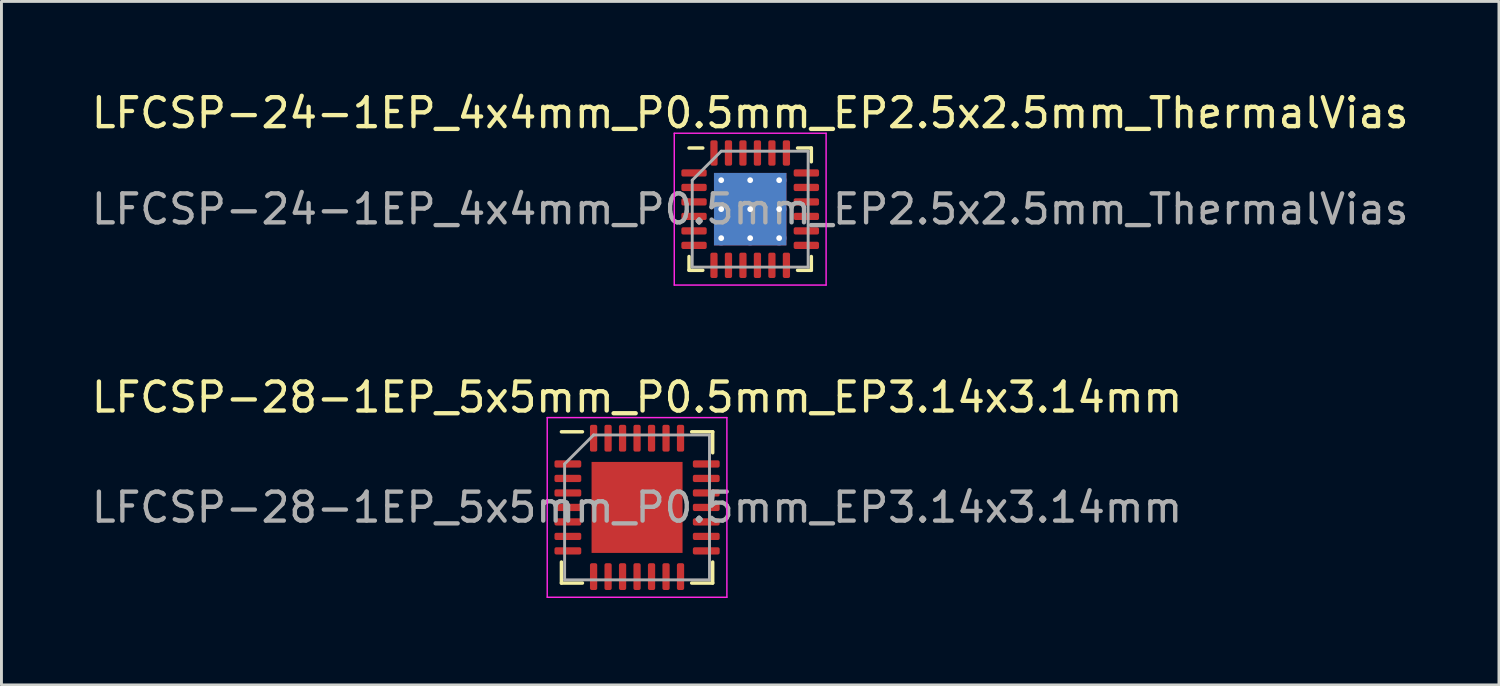
<source format=kicad_pcb>
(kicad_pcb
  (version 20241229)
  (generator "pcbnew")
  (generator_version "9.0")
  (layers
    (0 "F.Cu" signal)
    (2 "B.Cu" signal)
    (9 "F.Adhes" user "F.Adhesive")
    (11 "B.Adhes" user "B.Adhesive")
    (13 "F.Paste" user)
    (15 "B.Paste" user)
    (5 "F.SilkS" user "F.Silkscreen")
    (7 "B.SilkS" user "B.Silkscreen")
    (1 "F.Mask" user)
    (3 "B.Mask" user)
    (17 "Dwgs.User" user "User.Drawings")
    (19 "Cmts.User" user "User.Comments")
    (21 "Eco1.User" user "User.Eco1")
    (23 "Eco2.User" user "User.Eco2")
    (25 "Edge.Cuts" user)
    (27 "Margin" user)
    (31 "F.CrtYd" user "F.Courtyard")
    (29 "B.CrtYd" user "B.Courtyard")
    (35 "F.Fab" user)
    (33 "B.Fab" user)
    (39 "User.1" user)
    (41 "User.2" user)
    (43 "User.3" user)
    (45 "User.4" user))
  (footprint "LFCSP-24-1EP_4x4mm_P0.5mm_EP2.5x2.5mm_ThermalVias"
    (layer "F.Cu")
    (at 22.839 4.168)
    (property "Reference" "LFCSP-24-1EP_4x4mm_P0.5mm_EP2.5x2.5mm_ThermalVias" (at 0 -3.32 0) (layer "F.SilkS") (effects (font (size 1 1) (thickness 0.15))))
    (attr smd)
    (fp_line (start -2.11 2.11) (end -2.11 1.635) (stroke (width 0.12) (type solid)) (layer "F.SilkS"))
    (fp_line (start -1.635 -2.11) (end -2.11 -2.11) (stroke (width 0.12) (type solid)) (layer "F.SilkS"))
    (fp_line (start -1.635 2.11) (end -2.11 2.11) (stroke (width 0.12) (type solid)) (layer "F.SilkS"))
    (fp_line (start 1.635 -2.11) (end 2.11 -2.11) (stroke (width 0.12) (type solid)) (layer "F.SilkS"))
    (fp_line (start 1.635 2.11) (end 2.11 2.11) (stroke (width 0.12) (type solid)) (layer "F.SilkS"))
    (fp_line (start 2.11 -2.11) (end 2.11 -1.635) (stroke (width 0.12) (type solid)) (layer "F.SilkS"))
    (fp_line (start 2.11 2.11) (end 2.11 1.635) (stroke (width 0.12) (type solid)) (layer "F.SilkS"))
    (fp_line (start -2.62 -2.62) (end -2.62 2.62) (stroke (width 0.05) (type solid)) (layer "F.CrtYd"))
    (fp_line (start -2.62 2.62) (end 2.62 2.62) (stroke (width 0.05) (type solid)) (layer "F.CrtYd"))
    (fp_line (start 2.62 -2.62) (end -2.62 -2.62) (stroke (width 0.05) (type solid)) (layer "F.CrtYd"))
    (fp_line (start 2.62 2.62) (end 2.62 -2.62) (stroke (width 0.05) (type solid)) (layer "F.CrtYd"))
    (fp_line (start -2 -1) (end -1 -2) (stroke (width 0.1) (type solid)) (layer "F.Fab"))
    (fp_line (start -2 2) (end -2 -1) (stroke (width 0.1) (type solid)) (layer "F.Fab"))
    (fp_line (start -1 -2) (end 2 -2) (stroke (width 0.1) (type solid)) (layer "F.Fab"))
    (fp_line (start 2 -2) (end 2 2) (stroke (width 0.1) (type solid)) (layer "F.Fab"))
    (fp_line (start 2 2) (end -2 2) (stroke (width 0.1) (type solid)) (layer "F.Fab"))
    (fp_text user "${REFERENCE}" (at 0 0 0) (layer "F.Fab") (effects (font (size 1 1) (thickness 0.15))))
    (pad "" smd roundrect (at -0.625 -0.625) (size 1.08 1.08) (layers "F.Paste") (roundrect_rratio 0.231))
    (pad "" smd roundrect (at -0.625 0.625) (size 1.08 1.08) (layers "F.Paste") (roundrect_rratio 0.231))
    (pad "" smd roundrect (at 0.625 -0.625) (size 1.08 1.08) (layers "F.Paste") (roundrect_rratio 0.231))
    (pad "" smd roundrect (at 0.625 0.625) (size 1.08 1.08) (layers "F.Paste") (roundrect_rratio 0.231))
    (pad "1" smd roundrect (at -1.938 -1.25) (size 0.875 0.25) (layers "F.Cu" "F.Mask" "F.Paste") (roundrect_rratio 0.25))
    (pad "2" smd roundrect (at -1.938 -0.75) (size 0.875 0.25) (layers "F.Cu" "F.Mask" "F.Paste") (roundrect_rratio 0.25))
    (pad "3" smd roundrect (at -1.938 -0.25) (size 0.875 0.25) (layers "F.Cu" "F.Mask" "F.Paste") (roundrect_rratio 0.25))
    (pad "4" smd roundrect (at -1.938 0.25) (size 0.875 0.25) (layers "F.Cu" "F.Mask" "F.Paste") (roundrect_rratio 0.25))
    (pad "5" smd roundrect (at -1.938 0.75) (size 0.875 0.25) (layers "F.Cu" "F.Mask" "F.Paste") (roundrect_rratio 0.25))
    (pad "6" smd roundrect (at -1.938 1.25) (size 0.875 0.25) (layers "F.Cu" "F.Mask" "F.Paste") (roundrect_rratio 0.25))
    (pad "7" smd roundrect (at -1.25 1.938) (size 0.25 0.875) (layers "F.Cu" "F.Mask" "F.Paste") (roundrect_rratio 0.25))
    (pad "8" smd roundrect (at -0.75 1.938) (size 0.25 0.875) (layers "F.Cu" "F.Mask" "F.Paste") (roundrect_rratio 0.25))
    (pad "9" smd roundrect (at -0.25 1.938) (size 0.25 0.875) (layers "F.Cu" "F.Mask" "F.Paste") (roundrect_rratio 0.25))
    (pad "10" smd roundrect (at 0.25 1.938) (size 0.25 0.875) (layers "F.Cu" "F.Mask" "F.Paste") (roundrect_rratio 0.25))
    (pad "11" smd roundrect (at 0.75 1.938) (size 0.25 0.875) (layers "F.Cu" "F.Mask" "F.Paste") (roundrect_rratio 0.25))
    (pad "12" smd roundrect (at 1.25 1.938) (size 0.25 0.875) (layers "F.Cu" "F.Mask" "F.Paste") (roundrect_rratio 0.25))
    (pad "13" smd roundrect (at 1.938 1.25) (size 0.875 0.25) (layers "F.Cu" "F.Mask" "F.Paste") (roundrect_rratio 0.25))
    (pad "14" smd roundrect (at 1.938 0.75) (size 0.875 0.25) (layers "F.Cu" "F.Mask" "F.Paste") (roundrect_rratio 0.25))
    (pad "15" smd roundrect (at 1.938 0.25) (size 0.875 0.25) (layers "F.Cu" "F.Mask" "F.Paste") (roundrect_rratio 0.25))
    (pad "16" smd roundrect (at 1.938 -0.25) (size 0.875 0.25) (layers "F.Cu" "F.Mask" "F.Paste") (roundrect_rratio 0.25))
    (pad "17" smd roundrect (at 1.938 -0.75) (size 0.875 0.25) (layers "F.Cu" "F.Mask" "F.Paste") (roundrect_rratio 0.25))
    (pad "18" smd roundrect (at 1.938 -1.25) (size 0.875 0.25) (layers "F.Cu" "F.Mask" "F.Paste") (roundrect_rratio 0.25))
    (pad "19" smd roundrect (at 1.25 -1.938) (size 0.25 0.875) (layers "F.Cu" "F.Mask" "F.Paste") (roundrect_rratio 0.25))
    (pad "20" smd roundrect (at 0.75 -1.938) (size 0.25 0.875) (layers "F.Cu" "F.Mask" "F.Paste") (roundrect_rratio 0.25))
    (pad "21" smd roundrect (at 0.25 -1.938) (size 0.25 0.875) (layers "F.Cu" "F.Mask" "F.Paste") (roundrect_rratio 0.25))
    (pad "22" smd roundrect (at -0.25 -1.938) (size 0.25 0.875) (layers "F.Cu" "F.Mask" "F.Paste") (roundrect_rratio 0.25))
    (pad "23" smd roundrect (at -0.75 -1.938) (size 0.25 0.875) (layers "F.Cu" "F.Mask" "F.Paste") (roundrect_rratio 0.25))
    (pad "24" smd roundrect (at -1.25 -1.938) (size 0.25 0.875) (layers "F.Cu" "F.Mask" "F.Paste") (roundrect_rratio 0.25))
    (pad "25" thru_hole circle (at -1 -1) (size 0.5 0.5) (drill 0.2) (layers "*.Cu"))
    (pad "25" thru_hole circle (at -1 0) (size 0.5 0.5) (drill 0.2) (layers "*.Cu"))
    (pad "25" thru_hole circle (at -1 1) (size 0.5 0.5) (drill 0.2) (layers "*.Cu"))
    (pad "25" thru_hole circle (at 0 -1) (size 0.5 0.5) (drill 0.2) (layers "*.Cu"))
    (pad "25" thru_hole circle (at 0 0) (size 0.5 0.5) (drill 0.2) (layers "*.Cu"))
    (pad "25" smd rect (at 0 0) (size 2.5 2.5) (layers "F.Cu" "F.Mask"))
    (pad "25" smd rect (at 0 0) (size 2.5 2.5) (layers "B.Cu"))
    (pad "25" thru_hole circle (at 0 1) (size 0.5 0.5) (drill 0.2) (layers "*.Cu"))
    (pad "25" thru_hole circle (at 1 -1) (size 0.5 0.5) (drill 0.2) (layers "*.Cu"))
    (pad "25" thru_hole circle (at 1 0) (size 0.5 0.5) (drill 0.2) (layers "*.Cu"))
    (pad "25" thru_hole circle (at 1 1) (size 0.5 0.5) (drill 0.2) (layers "*.Cu")))
  (footprint "LFCSP-28-1EP_5x5mm_P0.5mm_EP3.14x3.14mm"
    (layer "F.Cu")
    (at 18.935 14.461)
    (property "Reference" "LFCSP-28-1EP_5x5mm_P0.5mm_EP3.14x3.14mm" (at 0 -3.8 0) (layer "F.SilkS") (effects (font (size 1 1) (thickness 0.15))))
    (attr smd)
    (fp_line (start -2.61 2.61) (end -2.61 1.885) (stroke (width 0.12) (type solid)) (layer "F.SilkS"))
    (fp_line (start -1.885 -2.61) (end -2.61 -2.61) (stroke (width 0.12) (type solid)) (layer "F.SilkS"))
    (fp_line (start -1.885 2.61) (end -2.61 2.61) (stroke (width 0.12) (type solid)) (layer "F.SilkS"))
    (fp_line (start 1.885 -2.61) (end 2.61 -2.61) (stroke (width 0.12) (type solid)) (layer "F.SilkS"))
    (fp_line (start 1.885 2.61) (end 2.61 2.61) (stroke (width 0.12) (type solid)) (layer "F.SilkS"))
    (fp_line (start 2.61 -2.61) (end 2.61 -1.885) (stroke (width 0.12) (type solid)) (layer "F.SilkS"))
    (fp_line (start 2.61 2.61) (end 2.61 1.885) (stroke (width 0.12) (type solid)) (layer "F.SilkS"))
    (fp_line (start -3.1 -3.1) (end -3.1 3.1) (stroke (width 0.05) (type solid)) (layer "F.CrtYd"))
    (fp_line (start -3.1 3.1) (end 3.1 3.1) (stroke (width 0.05) (type solid)) (layer "F.CrtYd"))
    (fp_line (start 3.1 -3.1) (end -3.1 -3.1) (stroke (width 0.05) (type solid)) (layer "F.CrtYd"))
    (fp_line (start 3.1 3.1) (end 3.1 -3.1) (stroke (width 0.05) (type solid)) (layer "F.CrtYd"))
    (fp_line (start -2.5 -1.5) (end -1.5 -2.5) (stroke (width 0.1) (type solid)) (layer "F.Fab"))
    (fp_line (start -2.5 2.5) (end -2.5 -1.5) (stroke (width 0.1) (type solid)) (layer "F.Fab"))
    (fp_line (start -1.5 -2.5) (end 2.5 -2.5) (stroke (width 0.1) (type solid)) (layer "F.Fab"))
    (fp_line (start 2.5 -2.5) (end 2.5 2.5) (stroke (width 0.1) (type solid)) (layer "F.Fab"))
    (fp_line (start 2.5 2.5) (end -2.5 2.5) (stroke (width 0.1) (type solid)) (layer "F.Fab"))
    (fp_text user "${REFERENCE}" (at 0 0 0) (layer "F.Fab") (effects (font (size 1 1) (thickness 0.15))))
    (pad "" smd roundrect (at -0.785 -0.785) (size 1.27 1.27) (layers "F.Paste") (roundrect_rratio 0.197))
    (pad "" smd roundrect (at -0.785 0.785) (size 1.27 1.27) (layers "F.Paste") (roundrect_rratio 0.197))
    (pad "" smd roundrect (at 0.785 -0.785) (size 1.27 1.27) (layers "F.Paste") (roundrect_rratio 0.197))
    (pad "" smd roundrect (at 0.785 0.785) (size 1.27 1.27) (layers "F.Paste") (roundrect_rratio 0.197))
    (pad "1" smd roundrect (at -2.388 -1.5) (size 0.925 0.25) (layers "F.Cu" "F.Mask" "F.Paste") (roundrect_rratio 0.25))
    (pad "2" smd roundrect (at -2.388 -1) (size 0.925 0.25) (layers "F.Cu" "F.Mask" "F.Paste") (roundrect_rratio 0.25))
    (pad "3" smd roundrect (at -2.388 -0.5) (size 0.925 0.25) (layers "F.Cu" "F.Mask" "F.Paste") (roundrect_rratio 0.25))
    (pad "4" smd roundrect (at -2.388 0) (size 0.925 0.25) (layers "F.Cu" "F.Mask" "F.Paste") (roundrect_rratio 0.25))
    (pad "5" smd roundrect (at -2.388 0.5) (size 0.925 0.25) (layers "F.Cu" "F.Mask" "F.Paste") (roundrect_rratio 0.25))
    (pad "6" smd roundrect (at -2.388 1) (size 0.925 0.25) (layers "F.Cu" "F.Mask" "F.Paste") (roundrect_rratio 0.25))
    (pad "7" smd roundrect (at -2.388 1.5) (size 0.925 0.25) (layers "F.Cu" "F.Mask" "F.Paste") (roundrect_rratio 0.25))
    (pad "8" smd roundrect (at -1.5 2.388) (size 0.25 0.925) (layers "F.Cu" "F.Mask" "F.Paste") (roundrect_rratio 0.25))
    (pad "9" smd roundrect (at -1 2.388) (size 0.25 0.925) (layers "F.Cu" "F.Mask" "F.Paste") (roundrect_rratio 0.25))
    (pad "10" smd roundrect (at -0.5 2.388) (size 0.25 0.925) (layers "F.Cu" "F.Mask" "F.Paste") (roundrect_rratio 0.25))
    (pad "11" smd roundrect (at 0 2.388) (size 0.25 0.925) (layers "F.Cu" "F.Mask" "F.Paste") (roundrect_rratio 0.25))
    (pad "12" smd roundrect (at 0.5 2.388) (size 0.25 0.925) (layers "F.Cu" "F.Mask" "F.Paste") (roundrect_rratio 0.25))
    (pad "13" smd roundrect (at 1 2.388) (size 0.25 0.925) (layers "F.Cu" "F.Mask" "F.Paste") (roundrect_rratio 0.25))
    (pad "14" smd roundrect (at 1.5 2.388) (size 0.25 0.925) (layers "F.Cu" "F.Mask" "F.Paste") (roundrect_rratio 0.25))
    (pad "15" smd roundrect (at 2.388 1.5) (size 0.925 0.25) (layers "F.Cu" "F.Mask" "F.Paste") (roundrect_rratio 0.25))
    (pad "16" smd roundrect (at 2.388 1) (size 0.925 0.25) (layers "F.Cu" "F.Mask" "F.Paste") (roundrect_rratio 0.25))
    (pad "17" smd roundrect (at 2.388 0.5) (size 0.925 0.25) (layers "F.Cu" "F.Mask" "F.Paste") (roundrect_rratio 0.25))
    (pad "18" smd roundrect (at 2.388 0) (size 0.925 0.25) (layers "F.Cu" "F.Mask" "F.Paste") (roundrect_rratio 0.25))
    (pad "19" smd roundrect (at 2.388 -0.5) (size 0.925 0.25) (layers "F.Cu" "F.Mask" "F.Paste") (roundrect_rratio 0.25))
    (pad "20" smd roundrect (at 2.388 -1) (size 0.925 0.25) (layers "F.Cu" "F.Mask" "F.Paste") (roundrect_rratio 0.25))
    (pad "21" smd roundrect (at 2.388 -1.5) (size 0.925 0.25) (layers "F.Cu" "F.Mask" "F.Paste") (roundrect_rratio 0.25))
    (pad "22" smd roundrect (at 1.5 -2.388) (size 0.25 0.925) (layers "F.Cu" "F.Mask" "F.Paste") (roundrect_rratio 0.25))
    (pad "23" smd roundrect (at 1 -2.388) (size 0.25 0.925) (layers "F.Cu" "F.Mask" "F.Paste") (roundrect_rratio 0.25))
    (pad "24" smd roundrect (at 0.5 -2.388) (size 0.25 0.925) (layers "F.Cu" "F.Mask" "F.Paste") (roundrect_rratio 0.25))
    (pad "25" smd roundrect (at 0 -2.388) (size 0.25 0.925) (layers "F.Cu" "F.Mask" "F.Paste") (roundrect_rratio 0.25))
    (pad "26" smd roundrect (at -0.5 -2.388) (size 0.25 0.925) (layers "F.Cu" "F.Mask" "F.Paste") (roundrect_rratio 0.25))
    (pad "27" smd roundrect (at -1 -2.388) (size 0.25 0.925) (layers "F.Cu" "F.Mask" "F.Paste") (roundrect_rratio 0.25))
    (pad "28" smd roundrect (at -1.5 -2.388) (size 0.25 0.925) (layers "F.Cu" "F.Mask" "F.Paste") (roundrect_rratio 0.25))
    (pad "29" smd rect (at 0 0) (size 3.14 3.14) (layers "F.Cu" "F.Mask")))
  (gr_rect
    (start -3 -3)
    (end 48.679 20.587)
    (stroke (width 0.1) (type default))
    (fill no)
    (layer "Edge.Cuts")))
</source>
